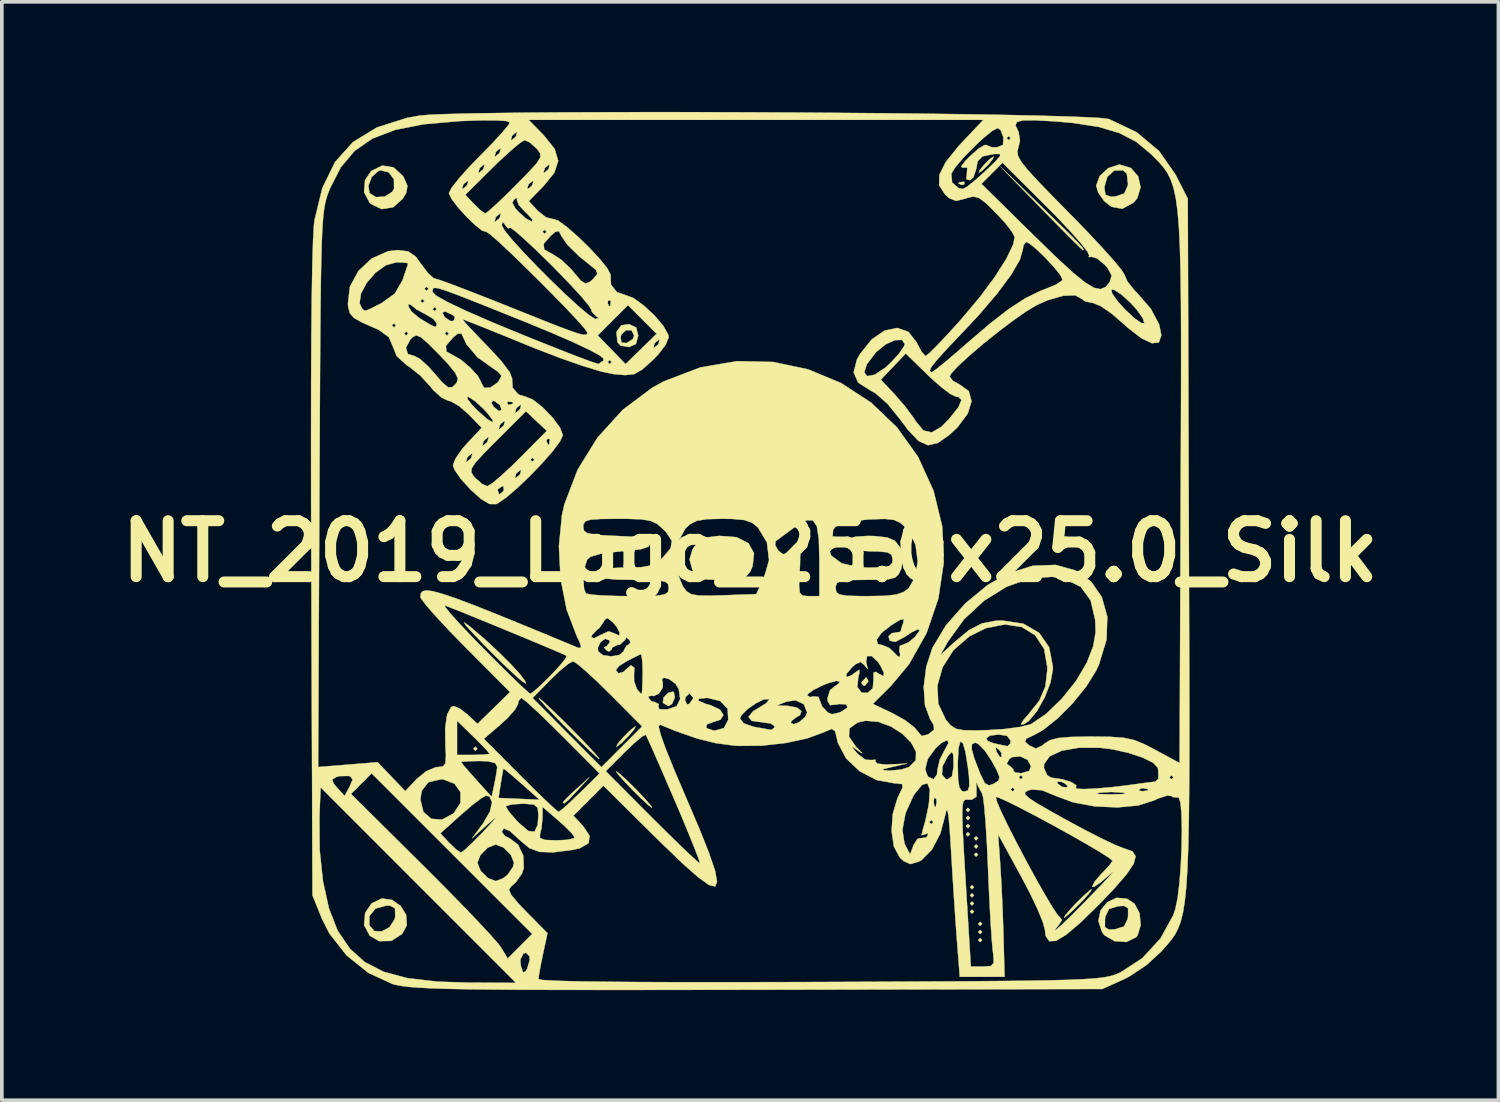
<source format=kicad_pcb>
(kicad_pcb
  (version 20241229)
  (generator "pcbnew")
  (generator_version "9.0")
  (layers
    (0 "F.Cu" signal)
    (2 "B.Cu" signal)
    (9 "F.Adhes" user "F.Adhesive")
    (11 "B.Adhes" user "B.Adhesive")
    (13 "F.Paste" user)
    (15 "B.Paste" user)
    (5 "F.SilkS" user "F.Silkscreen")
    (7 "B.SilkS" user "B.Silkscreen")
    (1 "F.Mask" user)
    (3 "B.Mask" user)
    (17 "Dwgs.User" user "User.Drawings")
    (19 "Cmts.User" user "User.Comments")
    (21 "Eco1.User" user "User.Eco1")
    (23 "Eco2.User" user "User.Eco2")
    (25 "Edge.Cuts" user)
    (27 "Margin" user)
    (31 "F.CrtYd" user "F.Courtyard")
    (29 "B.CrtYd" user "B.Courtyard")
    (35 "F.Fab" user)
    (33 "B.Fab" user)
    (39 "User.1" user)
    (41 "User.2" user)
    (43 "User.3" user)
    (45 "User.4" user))
  (footprint "NT_2019_Logo_25.0x25.0_Silk"
    (layer "F.Cu")
    (at 17.388 11.972)
    (property "Reference" "NT_2019_Logo_25.0x25.0_Silk" (at 0 0 0) (layer "F.SilkS") (effects (font (size 1.524 1.524) (thickness 0.3))))
    (attr through_hole)
    (fp_poly (pts (xy -7.431 5.379) (xy -7.487 5.435) (xy -7.542 5.379) (xy -7.487 5.324) (xy -7.431 5.379)) (stroke (width 0.01) (type solid)) (fill yes) (layer "F.SilkS"))
    (fp_poly (pts (xy 5.99 7.043) (xy 5.934 7.099) (xy 5.879 7.043) (xy 5.934 6.988) (xy 5.99 7.043)) (stroke (width 0.01) (type solid)) (fill yes) (layer "F.SilkS"))
    (fp_poly (pts (xy 5.99 7.265) (xy 5.934 7.321) (xy 5.879 7.265) (xy 5.934 7.21) (xy 5.99 7.265)) (stroke (width 0.01) (type solid)) (fill yes) (layer "F.SilkS"))
    (fp_poly (pts (xy 5.99 7.487) (xy 5.934 7.542) (xy 5.879 7.487) (xy 5.934 7.431) (xy 5.99 7.487)) (stroke (width 0.01) (type solid)) (fill yes) (layer "F.SilkS"))
    (fp_poly (pts (xy 5.99 7.709) (xy 5.934 7.764) (xy 5.879 7.709) (xy 5.934 7.653) (xy 5.99 7.709)) (stroke (width 0.01) (type solid)) (fill yes) (layer "F.SilkS"))
    (fp_poly (pts (xy 6.1 9.151) (xy 6.045 9.206) (xy 5.99 9.151) (xy 6.045 9.095) (xy 6.1 9.151)) (stroke (width 0.01) (type solid)) (fill yes) (layer "F.SilkS"))
    (fp_poly (pts (xy 6.1 9.372) (xy 6.045 9.428) (xy 5.99 9.372) (xy 6.045 9.317) (xy 6.1 9.372)) (stroke (width 0.01) (type solid)) (fill yes) (layer "F.SilkS"))
    (fp_poly (pts (xy 6.1 9.594) (xy 6.045 9.65) (xy 5.99 9.594) (xy 6.045 9.539) (xy 6.1 9.594)) (stroke (width 0.01) (type solid)) (fill yes) (layer "F.SilkS"))
    (fp_poly (pts (xy 6.1 9.816) (xy 6.045 9.872) (xy 5.99 9.816) (xy 6.045 9.761) (xy 6.1 9.816)) (stroke (width 0.01) (type solid)) (fill yes) (layer "F.SilkS"))
    (fp_poly (pts (xy 6.211 7.82) (xy 6.156 7.875) (xy 6.1 7.82) (xy 6.156 7.764) (xy 6.211 7.82)) (stroke (width 0.01) (type solid)) (fill yes) (layer "F.SilkS"))
    (fp_poly (pts (xy 6.211 8.041) (xy 6.156 8.097) (xy 6.1 8.041) (xy 6.156 7.986) (xy 6.211 8.041)) (stroke (width 0.01) (type solid)) (fill yes) (layer "F.SilkS"))
    (fp_poly (pts (xy 6.211 8.263) (xy 6.156 8.319) (xy 6.1 8.263) (xy 6.156 8.208) (xy 6.211 8.263)) (stroke (width 0.01) (type solid)) (fill yes) (layer "F.SilkS"))
    (fp_poly (pts (xy 6.322 10.149) (xy 6.267 10.204) (xy 6.211 10.149) (xy 6.267 10.093) (xy 6.322 10.149)) (stroke (width 0.01) (type solid)) (fill yes) (layer "F.SilkS"))
    (fp_poly (pts (xy 6.322 10.371) (xy 6.267 10.426) (xy 6.211 10.371) (xy 6.267 10.315) (xy 6.322 10.371)) (stroke (width 0.01) (type solid)) (fill yes) (layer "F.SilkS"))
    (fp_poly (pts (xy 6.322 10.593) (xy 6.267 10.648) (xy 6.211 10.593) (xy 6.267 10.537) (xy 6.322 10.593)) (stroke (width 0.01) (type solid)) (fill yes) (layer "F.SilkS"))
    (fp_poly (pts (xy 5.842 -10.056) (xy 5.826 -9.991) (xy 5.768 -9.983) (xy 5.676 -10.023) (xy 5.694 -10.056) (xy 5.825 -10.07) (xy 5.842 -10.056)) (stroke (width 0.01) (type solid)) (fill yes) (layer "F.SilkS"))
    (fp_poly (pts (xy 3.215 3.524) (xy 3.217 3.549) (xy 3.131 3.656) (xy 3.099 3.66) (xy 3.033 3.592) (xy 3.05 3.549) (xy 3.15 3.444) (xy 3.168 3.438) (xy 3.215 3.524)) (stroke (width 0.01) (type solid)) (fill yes) (layer "F.SilkS"))
    (fp_poly (pts (xy 6.611 -10.69) (xy 6.489 -10.537) (xy 6.322 -10.373) (xy 6.232 -10.315) (xy 6.255 -10.385) (xy 6.378 -10.537) (xy 6.544 -10.701) (xy 6.634 -10.759) (xy 6.611 -10.69)) (stroke (width 0.01) (type solid)) (fill yes) (layer "F.SilkS"))
    (fp_poly (pts (xy -4.707 6.516) (xy -4.944 6.768) (xy -5.066 6.87) (xy -5.102 6.843) (xy -5.102 6.842) (xy -5.028 6.754) (xy -4.841 6.573) (xy -4.742 6.482) (xy -4.381 6.156) (xy -4.707 6.516)) (stroke (width 0.01) (type solid)) (fill yes) (layer "F.SilkS"))
    (fp_poly (pts (xy -2.077 3.838) (xy -2.053 3.986) (xy -2.127 4.155) (xy -2.224 4.215) (xy -2.363 4.136) (xy -2.377 4.116) (xy -2.36 3.985) (xy -2.239 3.858) (xy -2.104 3.822) (xy -2.077 3.838)) (stroke (width 0.01) (type solid)) (fill yes) (layer "F.SilkS"))
    (fp_poly (pts (xy -3.551 6.062) (xy -3.344 6.253) (xy -3.106 6.489) (xy -2.862 6.745) (xy -2.706 6.925) (xy -2.671 6.988) (xy -2.772 6.915) (xy -2.978 6.725) (xy -3.217 6.489) (xy -3.46 6.232) (xy -3.616 6.052) (xy -3.651 5.99) (xy -3.551 6.062)) (stroke (width 0.01) (type solid)) (fill yes) (layer "F.SilkS"))
    (fp_poly (pts (xy -3.151 4.839) (xy -3.294 5.01) (xy -3.328 5.047) (xy -3.517 5.233) (xy -3.637 5.323) (xy -3.643 5.324) (xy -3.615 5.254) (xy -3.472 5.083) (xy -3.438 5.047) (xy -3.249 4.86) (xy -3.129 4.771) (xy -3.122 4.769) (xy -3.151 4.839)) (stroke (width 0.01) (type solid)) (fill yes) (layer "F.SilkS"))
    (fp_poly (pts (xy 9.269 9.277) (xy 9.114 9.457) (xy 8.984 9.594) (xy 8.755 9.82) (xy 8.593 9.96) (xy 8.553 9.983) (xy 8.589 9.912) (xy 8.744 9.732) (xy 8.873 9.594) (xy 9.102 9.369) (xy 9.264 9.229) (xy 9.305 9.206) (xy 9.269 9.277)) (stroke (width 0.01) (type solid)) (fill yes) (layer "F.SilkS"))
    (fp_poly (pts (xy 7.958 -9.375) (xy 8.42 -8.924) (xy 8.742 -8.606) (xy 8.946 -8.397) (xy 9.054 -8.276) (xy 9.085 -8.22) (xy 9.065 -8.208) (xy 8.982 -8.283) (xy 8.772 -8.489) (xy 8.465 -8.798) (xy 8.088 -9.182) (xy 7.928 -9.345) (xy 6.821 -10.482) (xy 7.958 -9.375)) (stroke (width 0.01) (type solid)) (fill yes) (layer "F.SilkS"))
    (fp_poly (pts (xy -7.693 2.003) (xy -7.598 2.079) (xy -7.224 2.399) (xy -6.857 2.74) (xy -6.529 3.065) (xy -6.276 3.34) (xy -6.131 3.532) (xy -6.113 3.599) (xy -6.206 3.545) (xy -6.422 3.359) (xy -6.73 3.068) (xy -7.099 2.702) (xy -7.16 2.639) (xy -7.532 2.253) (xy -7.745 2.019) (xy -7.798 1.936) (xy -7.693 2.003)) (stroke (width 0.01) (type solid)) (fill yes) (layer "F.SilkS"))
    (fp_poly (pts (xy -5.666 4.067) (xy -5.45 4.266) (xy -5.147 4.559) (xy -4.88 4.825) (xy -4.548 5.164) (xy -4.291 5.437) (xy -4.137 5.61) (xy -4.109 5.657) (xy -4.206 5.583) (xy -4.422 5.383) (xy -4.724 5.091) (xy -4.991 4.825) (xy -5.323 4.486) (xy -5.581 4.213) (xy -5.734 4.039) (xy -5.762 3.993) (xy -5.666 4.067)) (stroke (width 0.01) (type solid)) (fill yes) (layer "F.SilkS"))
    (fp_poly (pts (xy -0.369 -0.386) (xy -0.047 -0.222) (xy 0.105 0.048) (xy 0.067 0.404) (xy -0.004 0.562) (xy -0.112 0.686) (xy -0.306 0.752) (xy -0.644 0.775) (xy -0.783 0.776) (xy -1.159 0.768) (xy -1.378 0.725) (xy -1.502 0.627) (xy -1.578 0.489) (xy -1.651 0.221) (xy -1.574 -0.037) (xy -1.544 -0.094) (xy -1.4 -0.282) (xy -1.191 -0.38) (xy -0.844 -0.422) (xy -0.369 -0.386)) (stroke (width 0.01) (type solid)) (fill yes) (layer "F.SilkS"))
    (fp_poly (pts (xy -3.102 -6.096) (xy -3.05 -5.879) (xy -3.111 -5.65) (xy -3.3 -5.566) (xy -3.534 -5.606) (xy -3.617 -5.704) (xy -3.629 -5.841) (xy -3.53 -5.841) (xy -3.507 -5.686) (xy -3.365 -5.676) (xy -3.195 -5.784) (xy -3.161 -5.88) (xy -3.23 -6.021) (xy -3.376 -6.029) (xy -3.505 -5.914) (xy -3.53 -5.841) (xy -3.629 -5.841) (xy -3.642 -5.979) (xy -3.509 -6.158) (xy -3.3 -6.191) (xy -3.102 -6.096)) (stroke (width 0.01) (type solid)) (fill yes) (layer "F.SilkS"))
    (fp_poly (pts (xy -9.758 9.496) (xy -9.522 9.661) (xy -9.372 9.906) (xy -9.354 10.186) (xy -9.48 10.423) (xy -9.777 10.613) (xy -10.106 10.621) (xy -10.363 10.474) (xy -10.514 10.188) (xy -10.376 10.188) (xy -10.241 10.344) (xy -10.035 10.353) (xy -9.827 10.241) (xy -9.688 10.031) (xy -9.67 9.947) (xy -9.676 9.729) (xy -9.805 9.655) (xy -9.906 9.65) (xy -10.206 9.731) (xy -10.375 9.937) (xy -10.376 10.188) (xy -10.514 10.188) (xy -10.519 10.179) (xy -10.489 9.849) (xy -10.312 9.591) (xy -10.037 9.458) (xy -9.758 9.496)) (stroke (width 0.01) (type solid)) (fill yes) (layer "F.SilkS"))
    (fp_poly (pts (xy -9.713 -10.461) (xy -9.459 -10.225) (xy -9.438 -10.189) (xy -9.337 -9.958) (xy -9.369 -9.769) (xy -9.465 -9.607) (xy -9.726 -9.374) (xy -10.04 -9.325) (xy -10.34 -9.469) (xy -10.363 -9.491) (xy -10.519 -9.786) (xy -10.504 -9.959) (xy -10.402 -9.959) (xy -10.371 -9.762) (xy -10.194 -9.651) (xy -9.953 -9.668) (xy -9.752 -9.794) (xy -9.701 -9.884) (xy -9.706 -10.139) (xy -9.848 -10.327) (xy -10.065 -10.381) (xy -10.125 -10.365) (xy -10.308 -10.204) (xy -10.402 -9.959) (xy -10.504 -9.959) (xy -10.492 -10.115) (xy -10.324 -10.362) (xy -10.022 -10.511) (xy -9.713 -10.461)) (stroke (width 0.01) (type solid)) (fill yes) (layer "F.SilkS"))
    (fp_poly (pts (xy 10.271 9.466) (xy 10.474 9.602) (xy 10.611 9.862) (xy 10.64 10.187) (xy 10.555 10.465) (xy 10.515 10.515) (xy 10.249 10.643) (xy 9.93 10.62) (xy 9.656 10.462) (xy 9.594 10.386) (xy 9.544 10.239) (xy 9.667 10.239) (xy 9.776 10.306) (xy 9.947 10.296) (xy 10.187 10.22) (xy 10.285 10.021) (xy 10.296 9.947) (xy 10.298 9.726) (xy 10.189 9.659) (xy 10.018 9.669) (xy 9.778 9.745) (xy 9.68 9.944) (xy 9.669 10.018) (xy 9.667 10.239) (xy 9.544 10.239) (xy 9.488 10.072) (xy 9.548 9.783) (xy 9.729 9.559) (xy 9.985 9.439) (xy 10.271 9.466)) (stroke (width 0.01) (type solid)) (fill yes) (layer "F.SilkS"))
    (fp_poly (pts (xy 10.374 -10.446) (xy 10.572 -10.217) (xy 10.638 -9.918) (xy 10.546 -9.619) (xy 10.445 -9.501) (xy 10.143 -9.334) (xy 9.844 -9.388) (xy 9.65 -9.539) (xy 9.484 -9.773) (xy 9.445 -9.906) (xy 9.65 -9.906) (xy 9.684 -9.713) (xy 9.831 -9.661) (xy 9.955 -9.67) (xy 10.192 -9.749) (xy 10.288 -9.959) (xy 10.295 -10.011) (xy 10.263 -10.287) (xy 10.155 -10.384) (xy 9.918 -10.375) (xy 9.73 -10.201) (xy 9.65 -9.918) (xy 9.65 -9.906) (xy 9.445 -9.906) (xy 9.428 -9.965) (xy 9.524 -10.227) (xy 9.76 -10.442) (xy 10.051 -10.537) (xy 10.067 -10.537) (xy 10.374 -10.446)) (stroke (width 0.01) (type solid)) (fill yes) (layer "F.SilkS"))
    (fp_poly (pts (xy -1.406 -11.966) (xy -0.142 -11.962) (xy 1.129 -11.956) (xy 2.389 -11.947) (xy 3.615 -11.937) (xy 4.788 -11.924) (xy 5.886 -11.909) (xy 6.89 -11.892) (xy 7.778 -11.873) (xy 8.53 -11.852) (xy 9.125 -11.83) (xy 9.544 -11.807) (xy 9.764 -11.781) (xy 9.78 -11.777) (xy 10.529 -11.42) (xy 11.142 -10.907) (xy 11.588 -10.268) (xy 11.924 -9.61) (xy 11.954 -0.177) (xy 11.959 1.554) (xy 11.964 3.077) (xy 11.967 4.408) (xy 11.966 5.56) (xy 11.961 6.548) (xy 11.952 7.386) (xy 11.936 8.09) (xy 11.913 8.672) (xy 11.882 9.149) (xy 11.842 9.534) (xy 11.793 9.841) (xy 11.732 10.086) (xy 11.659 10.282) (xy 11.573 10.444) (xy 11.473 10.587) (xy 11.358 10.725) (xy 11.227 10.872) (xy 11.191 10.912) (xy 10.796 11.275) (xy 10.326 11.586) (xy 10.181 11.659) (xy 9.594 11.924) (xy 0.222 11.944) (xy -1.461 11.947) (xy -2.937 11.949) (xy -4.22 11.949) (xy -5.325 11.948) (xy -6.266 11.944) (xy -7.057 11.938) (xy -7.714 11.93) (xy -8.251 11.919) (xy -8.682 11.905) (xy -9.022 11.888) (xy -9.285 11.867) (xy -9.486 11.843) (xy -9.639 11.815) (xy -9.738 11.79) (xy -10.403 11.484) (xy -10.996 11.007) (xy -11.467 10.406) (xy -11.668 10.006) (xy -11.924 9.372) (xy -11.932 7.236) (xy -11.736 7.236) (xy -11.729 8.134) (xy -11.639 8.984) (xy -11.475 9.731) (xy -11.244 10.321) (xy -11.233 10.342) (xy -10.908 10.822) (xy -10.502 11.188) (xy -9.988 11.454) (xy -9.338 11.628) (xy -8.525 11.723) (xy -7.71 11.75) (xy -6.379 11.757) (xy -7.009 11.127) (xy -6.262 11.127) (xy -6.246 11.302) (xy -6.185 11.473) (xy -6.117 11.445) (xy -6.077 11.378) (xy -6.006 11.14) (xy -6.01 11.036) (xy -6.106 10.936) (xy -6.179 10.96) (xy -6.262 11.127) (xy -7.009 11.127) (xy -9.041 9.094) (xy -11.702 6.43) (xy -11.736 7.236) (xy -11.932 7.236) (xy -11.935 6.218) (xy -11.388 6.218) (xy -11.345 6.331) (xy -11.252 6.44) (xy -11.049 6.664) (xy -11.019 6.609) (xy -10.875 6.609) (xy -8.923 8.546) (xy -8.373 9.096) (xy -7.868 9.611) (xy -7.432 10.065) (xy -7.089 10.433) (xy -6.864 10.689) (xy -6.789 10.788) (xy -6.606 11.094) (xy -6.271 10.759) (xy -5.937 10.424) (xy -7.876 8.485) (xy -7.431 8.485) (xy -7.343 8.704) (xy -7.142 8.902) (xy -6.932 8.984) (xy -6.737 8.912) (xy -6.607 8.81) (xy -6.466 8.606) (xy -6.433 8.485) (xy -6.521 8.267) (xy -6.722 8.068) (xy -6.932 7.986) (xy -7.151 8.074) (xy -7.349 8.275) (xy -7.431 8.485) (xy -7.876 8.485) (xy -8.678 7.683) (xy -8.44 7.683) (xy -8.194 7.946) (xy -8.005 8.126) (xy -7.883 8.208) (xy -7.879 8.208) (xy -7.775 8.133) (xy -7.565 7.936) (xy -7.291 7.658) (xy -7.279 7.646) (xy -6.766 7.646) (xy -6.675 7.76) (xy -6.556 7.816) (xy -6.321 7.993) (xy -6.181 8.293) (xy -6.166 8.625) (xy -6.218 8.78) (xy -6.383 9.015) (xy -6.517 9.135) (xy -6.571 9.217) (xy -6.509 9.361) (xy -6.311 9.597) (xy -6.101 9.816) (xy -5.522 10.402) (xy -5.645 10.974) (xy -5.715 11.318) (xy -5.759 11.575) (xy -5.768 11.655) (xy -5.657 11.678) (xy -5.329 11.698) (xy -4.788 11.714) (xy -4.036 11.726) (xy -3.079 11.734) (xy -1.92 11.739) (xy -0.563 11.739) (xy 0.987 11.736) (xy 1.913 11.733) (xy 3.405 11.727) (xy 4.692 11.721) (xy 5.789 11.715) (xy 6.714 11.707) (xy 7.483 11.699) (xy 8.112 11.689) (xy 8.618 11.676) (xy 9.017 11.66) (xy 9.325 11.641) (xy 9.559 11.618) (xy 9.735 11.59) (xy 9.87 11.558) (xy 9.981 11.519) (xy 10.082 11.475) (xy 10.093 11.47) (xy 10.688 11.082) (xy 11.184 10.542) (xy 11.528 9.913) (xy 11.585 9.747) (xy 11.647 9.446) (xy 11.697 9.033) (xy 11.734 8.552) (xy 11.756 8.049) (xy 11.763 7.569) (xy 11.753 7.155) (xy 11.726 6.853) (xy 11.68 6.709) (xy 11.654 6.706) (xy 11.511 6.695) (xy 11.488 6.668) (xy 11.362 6.653) (xy 11.119 6.732) (xy 11.009 6.785) (xy 10.571 6.924) (xy 10.006 6.977) (xy 9.39 6.948) (xy 8.801 6.839) (xy 8.338 6.668) (xy 8.168 6.597) (xy 9.422 6.597) (xy 9.529 6.614) (xy 9.811 6.621) (xy 9.816 6.621) (xy 10.111 6.615) (xy 10.24 6.599) (xy 10.179 6.576) (xy 9.841 6.556) (xy 9.513 6.575) (xy 9.422 6.597) (xy 8.168 6.597) (xy 7.976 6.518) (xy 10.585 6.518) (xy 10.694 6.535) (xy 10.838 6.515) (xy 10.84 6.477) (xy 10.691 6.451) (xy 10.627 6.468) (xy 10.585 6.518) (xy 7.976 6.518) (xy 7.955 6.509) (xy 7.668 6.49) (xy 7.587 6.511) (xy 7.495 6.557) (xy 7.49 6.621) (xy 7.595 6.721) (xy 7.834 6.876) (xy 8.229 7.104) (xy 8.621 7.321) (xy 9.129 7.594) (xy 9.588 7.829) (xy 9.954 8.002) (xy 10.181 8.092) (xy 10.203 8.098) (xy 10.418 8.175) (xy 10.503 8.306) (xy 10.451 8.51) (xy 10.252 8.806) (xy 9.899 9.212) (xy 9.523 9.604) (xy 9.008 10.109) (xy 8.615 10.443) (xy 8.333 10.612) (xy 8.149 10.621) (xy 8.052 10.476) (xy 8.031 10.307) (xy 7.974 10.098) (xy 7.83 9.748) (xy 7.62 9.307) (xy 7.388 8.865) (xy 6.757 7.709) (xy 6.815 8.541) (xy 6.845 9.043) (xy 6.874 9.659) (xy 6.897 10.28) (xy 6.903 10.482) (xy 6.932 11.591) (xy 5.712 11.591) (xy 5.634 10.593) (xy 5.596 10.07) (xy 5.552 9.414) (xy 5.508 8.716) (xy 5.475 8.152) (xy 5.438 7.573) (xy 5.404 7.206) (xy 5.376 7.063) (xy 5.78 7.063) (xy 5.782 7.329) (xy 5.798 7.718) (xy 5.827 8.252) (xy 5.869 8.954) (xy 5.924 9.845) (xy 5.947 10.232) (xy 6.013 11.314) (xy 6.344 11.314) (xy 6.557 11.299) (xy 6.637 11.211) (xy 6.626 10.986) (xy 6.613 10.898) (xy 6.589 10.648) (xy 6.559 10.224) (xy 6.528 9.672) (xy 6.498 9.042) (xy 6.48 8.596) (xy 6.451 7.967) (xy 6.417 7.414) (xy 6.381 6.975) (xy 6.346 6.691) (xy 6.693 6.691) (xy 6.719 6.807) (xy 6.833 7.076) (xy 7.017 7.458) (xy 7.248 7.913) (xy 7.506 8.403) (xy 7.77 8.888) (xy 8.018 9.327) (xy 8.229 9.682) (xy 8.382 9.913) (xy 8.451 9.983) (xy 8.495 10.046) (xy 8.43 10.149) (xy 8.306 10.31) (xy 8.324 10.32) (xy 8.473 10.191) (xy 8.74 9.933) (xy 9.115 9.555) (xy 9.319 9.346) (xy 9.631 9.022) (xy 9.828 8.809) (xy 9.899 8.722) (xy 9.831 8.775) (xy 9.788 8.814) (xy 9.539 9.028) (xy 9.368 9.141) (xy 9.317 9.137) (xy 9.391 8.99) (xy 9.572 8.784) (xy 9.594 8.762) (xy 9.781 8.568) (xy 9.87 8.438) (xy 9.872 8.431) (xy 9.78 8.351) (xy 9.533 8.193) (xy 9.168 7.977) (xy 8.727 7.726) (xy 8.249 7.462) (xy 7.774 7.206) (xy 7.341 6.98) (xy 6.99 6.806) (xy 6.761 6.705) (xy 6.693 6.691) (xy 6.346 6.691) (xy 6.346 6.69) (xy 6.321 6.6) (xy 6.261 6.489) (xy 7.099 6.489) (xy 7.154 6.544) (xy 7.21 6.489) (xy 7.154 6.433) (xy 7.099 6.489) (xy 6.261 6.489) (xy 6.209 6.395) (xy 6.182 6.322) (xy 6.156 6.293) (xy 6.166 6.449) (xy 6.167 6.461) (xy 6.164 6.685) (xy 6.046 6.762) (xy 5.973 6.766) (xy 5.907 6.763) (xy 5.854 6.768) (xy 5.816 6.805) (xy 5.791 6.895) (xy 5.78 7.063) (xy 5.376 7.063) (xy 5.372 7.044) (xy 5.34 7.076) (xy 5.325 7.154) (xy 5.183 7.687) (xy 4.954 8.125) (xy 4.67 8.412) (xy 4.593 8.454) (xy 4.365 8.52) (xy 4.179 8.436) (xy 4.08 8.344) (xy 3.919 8.049) (xy 3.854 7.629) (xy 3.856 7.589) (xy 4.149 7.589) (xy 4.205 7.962) (xy 4.227 8.008) (xy 4.359 8.255) (xy 4.452 8.003) (xy 4.559 7.834) (xy 4.65 7.814) (xy 4.791 7.797) (xy 4.834 7.749) (xy 4.85 7.672) (xy 4.768 7.71) (xy 4.671 7.736) (xy 4.702 7.595) (xy 4.704 7.588) (xy 4.765 7.376) (xy 4.88 7.376) (xy 4.936 7.431) (xy 4.991 7.376) (xy 4.936 7.321) (xy 4.88 7.376) (xy 4.765 7.376) (xy 4.772 7.352) (xy 4.846 7.005) (xy 4.873 6.849) (xy 4.875 6.812) (xy 5 6.812) (xy 5.02 6.956) (xy 5.058 6.958) (xy 5.085 6.809) (xy 5.067 6.745) (xy 5.018 6.703) (xy 5 6.812) (xy 4.875 6.812) (xy 4.897 6.486) (xy 4.83 6.321) (xy 4.687 6.359) (xy 4.483 6.608) (xy 4.445 6.668) (xy 4.233 7.134) (xy 4.149 7.589) (xy 3.856 7.589) (xy 3.885 7.162) (xy 4.014 6.725) (xy 4.045 6.662) (xy 4.154 6.434) (xy 4.141 6.341) (xy 3.99 6.322) (xy 3.948 6.322) (xy 3.449 6.232) (xy 2.984 5.99) (xy 2.614 5.64) (xy 2.395 5.226) (xy 2.374 5.141) (xy 2.352 5.049) (xy 2.693 5.049) (xy 2.887 5.328) (xy 2.917 5.357) (xy 3.055 5.496) (xy 3.029 5.494) (xy 2.945 5.435) (xy 2.792 5.327) (xy 2.793 5.354) (xy 2.922 5.511) (xy 3.14 5.677) (xy 3.301 5.686) (xy 3.417 5.677) (xy 3.41 5.723) (xy 3.466 5.784) (xy 3.691 5.808) (xy 3.808 5.805) (xy 4.27 5.783) (xy 3.882 5.871) (xy 3.642 5.93) (xy 3.608 5.959) (xy 3.767 5.973) (xy 3.806 5.975) (xy 4.12 5.945) (xy 4.129 5.942) (xy 4.768 5.942) (xy 4.843 6.137) (xy 4.999 6.209) (xy 5.09 6.082) (xy 5.09 6.081) (xy 5.227 6.081) (xy 5.33 6.204) (xy 5.379 6.211) (xy 5.498 6.135) (xy 5.541 5.885) (xy 5.542 5.801) (xy 5.657 5.801) (xy 5.666 6.207) (xy 5.701 6.435) (xy 5.772 6.532) (xy 5.836 6.544) (xy 5.934 6.514) (xy 5.973 6.389) (xy 5.962 6.122) (xy 5.937 5.906) (xy 5.866 5.461) (xy 5.842 5.379) (xy 6.034 5.379) (xy 6.107 5.639) (xy 6.27 6.063) (xy 6.277 6.078) (xy 6.394 6.315) (xy 6.51 6.378) (xy 6.644 6.328) (xy 6.731 6.272) (xy 8.365 6.272) (xy 8.375 6.324) (xy 8.494 6.415) (xy 8.621 6.431) (xy 8.652 6.39) (xy 8.565 6.318) (xy 8.479 6.28) (xy 8.365 6.272) (xy 6.731 6.272) (xy 6.766 6.25) (xy 6.793 6.156) (xy 7.321 6.156) (xy 7.376 6.211) (xy 7.431 6.156) (xy 7.376 6.1) (xy 7.321 6.156) (xy 6.793 6.156) (xy 6.794 6.151) (xy 6.724 5.972) (xy 6.624 5.789) (xy 6.992 5.789) (xy 7.072 5.846) (xy 7.172 5.936) (xy 7.165 5.971) (xy 7.223 6.027) (xy 7.387 6.045) (xy 7.606 5.981) (xy 7.636 5.904) (xy 8.006 5.904) (xy 8.097 6.105) (xy 8.208 6.166) (xy 8.501 6.209) (xy 8.747 6.285) (xy 8.886 6.371) (xy 8.875 6.432) (xy 8.898 6.468) (xy 9.099 6.477) (xy 9.437 6.461) (xy 9.868 6.423) (xy 10.353 6.364) (xy 10.426 6.354) (xy 10.752 6.309) (xy 10.987 6.28) (xy 11.036 6.275) (xy 11.125 6.195) (xy 11.124 6.156) (xy 11.424 6.156) (xy 11.48 6.211) (xy 11.535 6.156) (xy 11.48 6.1) (xy 11.424 6.156) (xy 11.124 6.156) (xy 11.117 5.951) (xy 11.108 5.899) (xy 10.984 5.763) (xy 10.697 5.619) (xy 10.302 5.489) (xy 9.857 5.391) (xy 9.539 5.352) (xy 8.959 5.35) (xy 8.49 5.431) (xy 8.164 5.582) (xy 8.01 5.794) (xy 8.006 5.904) (xy 7.636 5.904) (xy 7.653 5.858) (xy 7.562 5.68) (xy 7.355 5.585) (xy 7.134 5.607) (xy 7.06 5.66) (xy 6.992 5.789) (xy 6.624 5.789) (xy 6.582 5.712) (xy 6.394 5.428) (xy 6.303 5.335) (xy 6.686 5.335) (xy 6.71 5.446) (xy 6.718 5.467) (xy 6.805 5.603) (xy 6.855 5.604) (xy 6.843 5.487) (xy 6.78 5.405) (xy 6.686 5.335) (xy 6.303 5.335) (xy 6.217 5.247) (xy 6.139 5.213) (xy 6.046 5.249) (xy 6.034 5.379) (xy 5.842 5.379) (xy 5.793 5.218) (xy 5.727 5.182) (xy 5.678 5.357) (xy 5.657 5.746) (xy 5.657 5.801) (xy 5.542 5.801) (xy 5.542 5.795) (xy 5.533 5.535) (xy 5.495 5.467) (xy 5.402 5.56) (xy 5.376 5.595) (xy 5.242 5.855) (xy 5.227 6.081) (xy 5.09 6.081) (xy 5.102 5.959) (xy 5.166 5.675) (xy 5.28 5.452) (xy 5.403 5.225) (xy 5.375 5.143) (xy 5.222 5.214) (xy 5.053 5.363) (xy 4.839 5.658) (xy 4.768 5.942) (xy 4.129 5.942) (xy 4.333 5.875) (xy 4.513 5.692) (xy 4.52 5.461) (xy 4.387 5.211) (xy 4.271 5.094) (xy 6.433 5.094) (xy 6.473 5.167) (xy 6.627 5.228) (xy 6.942 5.295) (xy 7.016 5.309) (xy 7.089 5.234) (xy 7.099 5.158) (xy 6.999 5.026) (xy 6.766 4.991) (xy 6.532 5.021) (xy 6.433 5.093) (xy 6.433 5.094) (xy 4.271 5.094) (xy 4.149 4.972) (xy 3.839 4.773) (xy 3.492 4.644) (xy 3.142 4.615) (xy 2.93 4.662) (xy 2.707 4.823) (xy 2.693 5.049) (xy 2.352 5.049) (xy 2.316 4.9) (xy 2.226 4.837) (xy 2.037 4.915) (xy 2.011 4.928) (xy 1.557 5.096) (xy 0.965 5.222) (xy 0.315 5.294) (xy -0.31 5.3) (xy -0.426 5.293) (xy -0.933 5.226) (xy -1.442 5.1) (xy -2.025 4.896) (xy -2.458 4.72) (xy -2.493 4.77) (xy -2.44 4.989) (xy -2.298 5.386) (xy -2.062 5.968) (xy -1.765 6.664) (xy -1.393 7.534) (xy -1.123 8.21) (xy -0.957 8.697) (xy -0.9 9.002) (xy -0.955 9.13) (xy -1.126 9.087) (xy -1.418 8.877) (xy -1.835 8.508) (xy -2.379 7.985) (xy -2.56 7.807) (xy -3.997 6.385) (xy -4.406 6.794) (xy -4.814 7.203) (xy -4.556 7.478) (xy -4.374 7.749) (xy -4.402 7.952) (xy -4.642 8.09) (xy -4.843 8.135) (xy -5.366 8.201) (xy -5.738 8.188) (xy -6.017 8.084) (xy -6.263 7.879) (xy -6.267 7.875) (xy -6.34 7.808) (xy -5.728 7.808) (xy -5.601 7.861) (xy -5.299 7.875) (xy -5.28 7.875) (xy -4.981 7.859) (xy -4.802 7.818) (xy -4.779 7.792) (xy -4.862 7.678) (xy -5.064 7.477) (xy -5.222 7.335) (xy -5.657 6.962) (xy -5.657 7.243) (xy -5.683 7.533) (xy -5.724 7.7) (xy -5.728 7.808) (xy -6.34 7.808) (xy -6.543 7.621) (xy -6.712 7.547) (xy -6.766 7.646) (xy -7.279 7.646) (xy -7.261 7.626) (xy -7.017 7.364) (xy -6.926 7.255) (xy -6.985 7.294) (xy -7.144 7.432) (xy -7.578 7.82) (xy -7.271 7.405) (xy -7.09 7.092) (xy -7.059 6.955) (xy -6.655 6.955) (xy -6.584 7.074) (xy -6.405 7.287) (xy -6.301 7.398) (xy -6.042 7.619) (xy -5.875 7.639) (xy -5.788 7.453) (xy -5.769 7.182) (xy -5.789 6.986) (xy -5.891 6.899) (xy -6.139 6.877) (xy -6.211 6.877) (xy -6.489 6.894) (xy -6.644 6.937) (xy -6.655 6.955) (xy -7.059 6.955) (xy -7.032 6.834) (xy -7.084 6.719) (xy -6.855 6.719) (xy -6.296 6.743) (xy -5.738 6.767) (xy -6.224 6.334) (xy -6.485 6.106) (xy -6.666 5.955) (xy -6.723 5.917) (xy -6.745 6.026) (xy -6.786 6.272) (xy -6.795 6.326) (xy -6.855 6.719) (xy -7.084 6.719) (xy -7.102 6.679) (xy -7.194 6.655) (xy -7.322 6.724) (xy -7.562 6.906) (xy -7.86 7.162) (xy -7.868 7.169) (xy -8.44 7.683) (xy -8.678 7.683) (xy -9.595 6.766) (xy -8.984 6.766) (xy -8.901 7.099) (xy -8.686 7.287) (xy -8.396 7.31) (xy -8.085 7.143) (xy -8.078 7.137) (xy -7.891 6.853) (xy -7.891 6.563) (xy -8.054 6.33) (xy -8.357 6.215) (xy -8.43 6.211) (xy -8.768 6.291) (xy -8.951 6.529) (xy -8.984 6.766) (xy -9.595 6.766) (xy -10.313 6.048) (xy -10.594 6.329) (xy -10.875 6.609) (xy -11.019 6.609) (xy -10.912 6.41) (xy -10.831 6.216) (xy -10.889 6.134) (xy -10.94 6.119) (xy -11.189 6.124) (xy -11.28 6.149) (xy -11.388 6.218) (xy -11.935 6.218) (xy -11.937 5.877) (xy -11.77 5.877) (xy -10.149 5.745) (xy -9.772 6.139) (xy -9.395 6.533) (xy -9.09 6.206) (xy -8.825 5.99) (xy -8.565 5.882) (xy -8.524 5.879) (xy -8.371 5.861) (xy -8.3 5.772) (xy -8.298 5.74) (xy -7.875 5.74) (xy -7.807 5.83) (xy -7.632 6.033) (xy -7.459 6.228) (xy -7.043 6.688) (xy -6.973 6.367) (xy -6.917 6.075) (xy -6.89 5.879) (xy -6.941 5.77) (xy -7.145 5.72) (xy -7.376 5.712) (xy -7.674 5.718) (xy -7.852 5.731) (xy -7.875 5.74) (xy -8.298 5.74) (xy -8.289 5.554) (xy -8.289 5.546) (xy -7.986 5.546) (xy -7.542 5.546) (xy -7.264 5.539) (xy -7.11 5.52) (xy -7.099 5.513) (xy -7.171 5.424) (xy -7.358 5.23) (xy -7.481 5.107) (xy -7.255 5.107) (xy -6.264 6.103) (xy -5.886 6.479) (xy -5.566 6.79) (xy -5.334 7.006) (xy -5.223 7.098) (xy -5.219 7.099) (xy -5.119 7.027) (xy -4.908 6.838) (xy -4.634 6.575) (xy -4.102 6.051) (xy -4.164 5.989) (xy -3.934 5.989) (xy -2.666 7.261) (xy -2.238 7.686) (xy -1.868 8.047) (xy -1.582 8.318) (xy -1.407 8.474) (xy -1.366 8.501) (xy -1.397 8.394) (xy -1.502 8.118) (xy -1.669 7.706) (xy -1.882 7.192) (xy -2.067 6.758) (xy -2.313 6.188) (xy -2.529 5.693) (xy -2.7 5.306) (xy -2.811 5.063) (xy -2.846 4.997) (xy -2.941 5.043) (xy -3.145 5.213) (xy -3.413 5.468) (xy -3.934 5.989) (xy -4.164 5.989) (xy -5.127 5.022) (xy -5.514 4.639) (xy -5.848 4.32) (xy -6.097 4.096) (xy -6.228 3.996) (xy -6.23 3.995) (xy -5.927 3.995) (xy -4.052 5.88) (xy -2.943 4.771) (xy -3.723 3.986) (xy -2.773 3.986) (xy -2.683 4.09) (xy -2.6 4.104) (xy -2.488 4.161) (xy -2.501 4.223) (xy -2.472 4.304) (xy -2.258 4.307) (xy -2.003 4.22) (xy -1.922 4.055) (xy -1.775 4.055) (xy -1.721 4.17) (xy -1.664 4.159) (xy -1.598 4.073) (xy -1.407 4.073) (xy -1.207 4.156) (xy -1.081 4.191) (xy -0.823 4.31) (xy -0.728 4.458) (xy -0.808 4.587) (xy -0.971 4.638) (xy -1.182 4.715) (xy -1.195 4.814) (xy -1.015 4.877) (xy -0.945 4.88) (xy -0.715 4.816) (xy -0.596 4.588) (xy -0.596 4.586) (xy -0.598 4.554) (xy -0.277 4.554) (xy -0.175 4.686) (xy 0.094 4.779) (xy 0.111 4.783) (xy 0.393 4.832) (xy 0.571 4.864) (xy 0.582 4.866) (xy 0.663 4.797) (xy 0.666 4.769) (xy 0.569 4.691) (xy 0.339 4.659) (xy 0.044 4.618) (xy -0.044 4.51) (xy 0.079 4.357) (xy 0.229 4.267) (xy 0.334 4.201) (xy 0.721 4.201) (xy 1.019 4.208) (xy 1.272 4.255) (xy 1.397 4.355) (xy 1.358 4.465) (xy 1.283 4.505) (xy 1.131 4.615) (xy 1.109 4.674) (xy 1.189 4.711) (xy 1.331 4.659) (xy 1.507 4.505) (xy 1.553 4.391) (xy 1.462 4.163) (xy 1.237 4.059) (xy 0.985 4.095) (xy 0.721 4.201) (xy 0.334 4.201) (xy 0.441 4.134) (xy 0.52 4.038) (xy 0.515 4.027) (xy 0.381 4.03) (xy 0.162 4.137) (xy -0.069 4.297) (xy -0.237 4.463) (xy -0.277 4.554) (xy -0.598 4.554) (xy -0.614 4.287) (xy -0.813 4.078) (xy -1.158 3.993) (xy -1.186 3.993) (xy -1.402 4.015) (xy -1.407 4.073) (xy -1.598 4.073) (xy -1.557 4.018) (xy -1.553 3.986) (xy -1.607 3.922) (xy 1.554 3.922) (xy 1.635 3.972) (xy 1.719 3.953) (xy 1.862 3.965) (xy 1.886 4.03) (xy 1.959 4.223) (xy 2.119 4.392) (xy 2.231 4.437) (xy 2.395 4.401) (xy 2.487 4.369) (xy 2.65 4.259) (xy 2.623 4.17) (xy 2.434 4.159) (xy 2.385 4.169) (xy 2.179 4.19) (xy 2.111 4.079) (xy 2.107 4.002) (xy 2.176 3.783) (xy 2.274 3.7) (xy 2.42 3.596) (xy 2.44 3.546) (xy 2.35 3.529) (xy 2.124 3.592) (xy 1.998 3.641) (xy 1.727 3.774) (xy 1.57 3.89) (xy 1.554 3.922) (xy -1.607 3.922) (xy -1.637 3.885) (xy -1.664 3.882) (xy -1.761 3.972) (xy -1.775 4.055) (xy -1.922 4.055) (xy -1.906 4.021) (xy -1.946 3.749) (xy -2.036 3.605) (xy -2.21 3.48) (xy -2.356 3.441) (xy -2.406 3.498) (xy -2.382 3.554) (xy -2.38 3.713) (xy -2.486 3.874) (xy -2.629 3.944) (xy -2.675 3.93) (xy -2.767 3.951) (xy -2.773 3.986) (xy -3.723 3.986) (xy -3.826 3.883) (xy -4.189 3.528) (xy -4.502 3.24) (xy -4.509 3.234) (xy -3.66 3.234) (xy -3.589 3.322) (xy -3.449 3.286) (xy -3.383 3.217) (xy -3.246 3.104) (xy -3.153 3.171) (xy -3.163 3.333) (xy -3.162 3.537) (xy -3.086 3.754) (xy -2.974 3.878) (xy -2.952 3.882) (xy -2.942 3.782) (xy -2.932 3.527) (xy -2.93 3.426) (xy 2.621 3.426) (xy 2.752 3.383) (xy 2.842 3.316) (xy 2.972 3.226) (xy 2.979 3.306) (xy 2.948 3.411) (xy 2.92 3.695) (xy 3.036 3.848) (xy 3.199 3.856) (xy 3.341 3.732) (xy 3.361 3.508) (xy 3.363 3.303) (xy 3.431 3.282) (xy 3.5 3.332) (xy 3.631 3.401) (xy 3.647 3.317) (xy 3.55 3.114) (xy 3.486 3.018) (xy 3.313 2.852) (xy 3.186 2.854) (xy 3.159 3.011) (xy 3.176 3.082) (xy 3.205 3.204) (xy 3.136 3.129) (xy 3.123 3.11) (xy 3.015 3.014) (xy 2.879 3.071) (xy 2.779 3.156) (xy 2.625 3.337) (xy 2.621 3.426) (xy -2.93 3.426) (xy -2.928 3.324) (xy -2.935 3.015) (xy -2.962 2.828) (xy -2.985 2.801) (xy -3.122 2.871) (xy -3.355 2.988) (xy -3.57 3.123) (xy -3.66 3.234) (xy -3.66 3.234) (xy -4.509 3.234) (xy -4.728 3.052) (xy -4.827 2.995) (xy -4.961 3.069) (xy -5.193 3.261) (xy -5.436 3.495) (xy -5.927 3.995) (xy -6.23 3.995) (xy -6.237 3.993) (xy -6.314 4.083) (xy -6.322 4.151) (xy -6.401 4.306) (xy -6.604 4.537) (xy -6.789 4.708) (xy -7.255 5.107) (xy -7.481 5.107) (xy -7.542 5.047) (xy -7.986 4.613) (xy -7.986 5.546) (xy -8.289 5.546) (xy -8.302 5.32) (xy -8.309 4.815) (xy -8.255 4.445) (xy -8.148 4.243) (xy -8.074 4.215) (xy -7.909 4.285) (xy -7.69 4.454) (xy -7.686 4.458) (xy -7.428 4.7) (xy -6.984 4.267) (xy -6.541 3.834) (xy -7.762 2.608) (xy -8.182 2.179) (xy -8.54 1.796) (xy -8.808 1.491) (xy -8.823 1.473) (xy -8.319 1.473) (xy -8.303 1.525) (xy -8.152 1.71) (xy -7.888 2.001) (xy -7.533 2.375) (xy -7.267 2.647) (xy -6.846 3.07) (xy -6.481 3.43) (xy -6.198 3.701) (xy -6.025 3.856) (xy -5.987 3.882) (xy -5.883 3.809) (xy -5.674 3.619) (xy -5.437 3.385) (xy -5.192 3.122) (xy -5.034 2.927) (xy -4.998 2.846) (xy -5.108 2.795) (xy -5.381 2.677) (xy -5.488 2.632) (xy -4.151 2.632) (xy -4.141 2.726) (xy -4.008 2.83) (xy -3.784 2.861) (xy -3.563 2.823) (xy -3.442 2.72) (xy -3.438 2.694) (xy -3.366 2.562) (xy -3.321 2.551) (xy -3.261 2.48) (xy -3.286 2.418) (xy -3.297 2.408) (xy 3.448 2.408) (xy 3.478 2.526) (xy 3.591 2.551) (xy 3.786 2.629) (xy 3.882 2.717) (xy 4.021 2.856) (xy 4.074 2.884) (xy 4.088 2.8) (xy 4.064 2.717) (xy 4.077 2.574) (xy 4.146 2.551) (xy 4.324 2.475) (xy 4.492 2.329) (xy 4.618 2.159) (xy 4.581 2.118) (xy 4.396 2.208) (xy 4.219 2.326) (xy 3.952 2.468) (xy 3.801 2.433) (xy 3.771 2.311) (xy 3.861 2.229) (xy 3.938 2.218) (xy 4.086 2.193) (xy 4.104 2.172) (xy 4.139 2.042) (xy 4.176 1.938) (xy 4.187 1.843) (xy 4.083 1.868) (xy 3.844 2.012) (xy 3.576 2.225) (xy 3.448 2.408) (xy -3.297 2.408) (xy -3.369 2.342) (xy -3.413 2.418) (xy -3.547 2.54) (xy -3.614 2.551) (xy -3.756 2.618) (xy -3.771 2.669) (xy -3.842 2.729) (xy -3.904 2.704) (xy -3.98 2.62) (xy -3.904 2.577) (xy -3.821 2.472) (xy -3.836 2.425) (xy -3.95 2.381) (xy -4.078 2.473) (xy -4.151 2.632) (xy -5.488 2.632) (xy -5.775 2.511) (xy -6.248 2.314) (xy -6.757 2.104) (xy -7.26 1.897) (xy -7.715 1.712) (xy -8.079 1.566) (xy -8.31 1.476) (xy -8.319 1.473) (xy -8.823 1.473) (xy -8.96 1.294) (xy -8.984 1.243) (xy -8.972 1.149) (xy -8.925 1.088) (xy -8.824 1.065) (xy -8.651 1.085) (xy -8.389 1.156) (xy -8.019 1.281) (xy -7.523 1.468) (xy -6.885 1.722) (xy -6.084 2.048) (xy -5.105 2.453) (xy -4.675 2.632) (xy -4.602 2.621) (xy -4.649 2.463) (xy -4.709 2.341) (xy -4.326 2.341) (xy -4.251 2.369) (xy -4.084 2.283) (xy -3.855 2.178) (xy -3.696 2.235) (xy -3.572 2.297) (xy -3.552 2.222) (xy -3.629 2.066) (xy -3.738 1.934) (xy -3.89 1.815) (xy -3.965 1.867) (xy -3.977 1.898) (xy -4.111 2.092) (xy -4.176 2.141) (xy -4.31 2.282) (xy -4.326 2.341) (xy -4.709 2.341) (xy -4.72 2.318) (xy -4.999 1.589) (xy -5.165 0.744) (xy -5.21 -0.14) (xy -5.158 -0.67) (xy -4.548 -0.67) (xy -4.527 -0.562) (xy -4.434 -0.494) (xy -4.227 -0.454) (xy -3.861 -0.429) (xy -3.633 -0.42) (xy -3.165 -0.396) (xy -2.883 -0.356) (xy -2.746 -0.294) (xy -2.717 -0.222) (xy -2.772 -0.128) (xy -2.96 -0.062) (xy -3.318 -0.016) (xy -3.526 0) (xy -4.039 0.057) (xy -4.345 0.145) (xy -4.439 0.222) (xy -4.514 0.446) (xy -4.544 0.747) (xy -4.525 1.02) (xy -4.474 1.146) (xy -4.338 1.178) (xy -4.032 1.202) (xy -3.607 1.217) (xy -3.309 1.22) (xy -2.809 1.217) (xy -2.491 1.202) (xy -2.313 1.167) (xy -2.236 1.104) (xy -2.218 1.004) (xy -2.218 0.998) (xy -2.236 0.89) (xy -2.317 0.825) (xy -2.506 0.79) (xy -2.846 0.778) (xy -3.161 0.776) (xy -3.632 0.769) (xy -3.921 0.743) (xy -4.065 0.692) (xy -4.104 0.61) (xy -4.056 0.517) (xy -3.885 0.465) (xy -3.549 0.445) (xy -3.378 0.444) (xy -2.959 0.431) (xy -2.689 0.382) (xy -2.494 0.274) (xy -2.38 0.171) (xy -2.361 0.149) (xy -2.018 0.149) (xy -1.976 0.601) (xy -1.834 0.953) (xy -1.731 1.089) (xy -1.605 1.168) (xy -1.404 1.203) (xy -1.071 1.207) (xy -0.743 1.197) (xy 0.166 1.165) (xy 0.372 0.744) (xy 0.515 0.238) (xy 0.467 -0.164) (xy 0.682 -0.164) (xy 0.773 -0.014) (xy 0.894 0.075) (xy 0.929 0.072) (xy 1.183 -0.027) (xy 1.317 -0.034) (xy 1.364 0.09) (xy 1.359 0.383) (xy 1.349 0.553) (xy 1.333 0.922) (xy 1.351 1.121) (xy 1.422 1.203) (xy 1.567 1.22) (xy 1.598 1.22) (xy 1.886 1.22) (xy 1.886 0.218) (xy 1.875 -0.201) (xy 2.107 -0.201) (xy 2.206 0.112) (xy 2.494 0.326) (xy 2.959 0.432) (xy 3.217 0.444) (xy 3.588 0.436) (xy 3.789 0.4) (xy 3.87 0.32) (xy 3.882 0.222) (xy 3.855 0.093) (xy 3.74 0.026) (xy 3.483 0.002) (xy 3.279 0) (xy 2.881 -0.029) (xy 2.635 -0.108) (xy 2.566 -0.223) (xy 2.676 -0.346) (xy 2.871 -0.399) (xy 3.194 -0.421) (xy 3.379 -0.417) (xy 3.734 -0.379) (xy 3.943 -0.29) (xy 4.079 -0.117) (xy 4.083 -0.111) (xy 4.177 0.187) (xy 4.117 0.471) (xy 4.045 0.627) (xy 3.943 0.718) (xy 3.759 0.762) (xy 3.437 0.775) (xy 3.164 0.776) (xy 2.738 0.782) (xy 2.487 0.805) (xy 2.367 0.86) (xy 2.331 0.957) (xy 2.329 0.998) (xy 2.348 1.109) (xy 2.433 1.175) (xy 2.63 1.208) (xy 2.983 1.219) (xy 3.217 1.22) (xy 3.688 1.211) (xy 3.994 1.175) (xy 4.194 1.102) (xy 4.326 0.998) (xy 4.506 0.679) (xy 4.565 0.259) (xy 4.506 -0.177) (xy 4.333 -0.546) (xy 4.263 -0.627) (xy 4.094 -0.777) (xy 3.919 -0.857) (xy 3.669 -0.884) (xy 3.278 -0.872) (xy 3.197 -0.867) (xy 2.67 -0.805) (xy 2.331 -0.677) (xy 2.153 -0.467) (xy 2.107 -0.201) (xy 1.875 -0.201) (xy 1.871 -0.333) (xy 1.818 -0.682) (xy 1.71 -0.846) (xy 1.529 -0.844) (xy 1.26 -0.693) (xy 1.136 -0.603) (xy 0.884 -0.417) (xy 0.721 -0.296) (xy 0.691 -0.274) (xy 0.682 -0.164) (xy 0.467 -0.164) (xy 0.457 -0.245) (xy 0.216 -0.646) (xy 0.054 -0.78) (xy -0.16 -0.854) (xy -0.492 -0.884) (xy -0.761 -0.887) (xy -1.184 -0.877) (xy -1.455 -0.832) (xy -1.641 -0.736) (xy -1.765 -0.621) (xy -1.946 -0.288) (xy -2.018 0.149) (xy -2.361 0.149) (xy -2.166 -0.084) (xy -2.134 -0.288) (xy -2.286 -0.518) (xy -2.38 -0.615) (xy -2.535 -0.749) (xy -2.709 -0.83) (xy -2.96 -0.872) (xy -3.346 -0.886) (xy -3.6 -0.887) (xy -4.06 -0.883) (xy -4.342 -0.864) (xy -4.488 -0.819) (xy -4.542 -0.74) (xy -4.548 -0.67) (xy -5.158 -0.67) (xy -5.128 -0.984) (xy -5.062 -1.276) (xy -4.701 -2.223) (xy -4.161 -3.096) (xy -3.473 -3.854) (xy -2.671 -4.456) (xy -2.354 -4.63) (xy -1.363 -5.009) (xy -0.36 -5.182) (xy 0.63 -5.16) (xy 1.585 -4.957) (xy 2.481 -4.584) (xy 3.294 -4.054) (xy 4.001 -3.379) (xy 4.577 -2.573) (xy 4.999 -1.646) (xy 5.234 -0.678) (xy 5.276 0.302) (xy 5.128 1.288) (xy 4.805 2.232) (xy 4.324 3.083) (xy 3.842 3.659) (xy 3.344 4.156) (xy 3.891 4.416) (xy 4.221 4.601) (xy 4.471 4.792) (xy 4.552 4.888) (xy 4.675 5.032) (xy 4.843 4.988) (xy 4.873 4.97) (xy 5.009 4.861) (xy 5.002 4.735) (xy 4.901 4.566) (xy 4.763 4.189) (xy 4.73 3.692) (xy 4.734 3.658) (xy 5.102 3.658) (xy 5.126 4.151) (xy 5.331 4.586) (xy 5.339 4.597) (xy 5.469 4.746) (xy 5.608 4.834) (xy 5.814 4.873) (xy 6.143 4.879) (xy 6.476 4.87) (xy 6.939 4.84) (xy 7.348 4.785) (xy 7.627 4.717) (xy 7.659 4.704) (xy 8.065 4.428) (xy 8.493 4.014) (xy 8.881 3.529) (xy 9.169 3.04) (xy 9.175 3.029) (xy 9.349 2.58) (xy 9.413 2.194) (xy 9.401 1.865) (xy 9.276 1.334) (xy 9.009 0.969) (xy 8.585 0.756) (xy 8.229 0.693) (xy 7.621 0.737) (xy 6.988 0.964) (xy 6.375 1.344) (xy 5.829 1.849) (xy 5.394 2.451) (xy 5.391 2.456) (xy 5.181 2.828) (xy 5.557 2.481) (xy 5.96 2.149) (xy 6.312 1.964) (xy 6.693 1.891) (xy 6.875 1.886) (xy 7.446 1.972) (xy 7.875 2.22) (xy 8.148 2.616) (xy 8.248 3.143) (xy 8.248 3.223) (xy 8.182 3.578) (xy 8.026 3.978) (xy 7.817 4.349) (xy 7.594 4.62) (xy 7.462 4.708) (xy 7.375 4.713) (xy 7.449 4.592) (xy 7.557 4.471) (xy 7.877 4.071) (xy 8.044 3.685) (xy 8.097 3.219) (xy 8.097 3.16) (xy 8.009 2.657) (xy 7.765 2.286) (xy 7.399 2.06) (xy 6.942 1.991) (xy 6.425 2.092) (xy 5.976 2.314) (xy 5.54 2.691) (xy 5.245 3.155) (xy 5.102 3.658) (xy 4.734 3.658) (xy 4.798 3.147) (xy 4.964 2.634) (xy 5.337 2.014) (xy 5.861 1.42) (xy 6.472 0.916) (xy 7.005 0.611) (xy 7.698 0.393) (xy 8.322 0.369) (xy 8.857 0.517) (xy 9.284 0.817) (xy 9.582 1.246) (xy 9.731 1.781) (xy 9.711 2.402) (xy 9.503 3.087) (xy 9.425 3.254) (xy 9.157 3.684) (xy 8.791 4.135) (xy 8.382 4.547) (xy 7.987 4.864) (xy 7.746 4.999) (xy 7.526 5.102) (xy 7.489 5.183) (xy 7.604 5.287) (xy 7.783 5.372) (xy 7.953 5.296) (xy 8.018 5.24) (xy 8.167 5.145) (xy 8.391 5.087) (xy 8.738 5.056) (xy 9.256 5.047) (xy 9.301 5.047) (xy 9.816 5.053) (xy 10.181 5.08) (xy 10.467 5.143) (xy 10.747 5.257) (xy 11.036 5.407) (xy 11.702 5.767) (xy 11.731 -1.692) (xy 11.737 -3.243) (xy 11.741 -4.589) (xy 11.742 -5.746) (xy 11.738 -6.729) (xy 11.728 -7.556) (xy 11.71 -8.242) (xy 11.684 -8.803) (xy 11.647 -9.257) (xy 11.598 -9.619) (xy 11.535 -9.905) (xy 11.458 -10.132) (xy 11.365 -10.316) (xy 11.254 -10.474) (xy 11.123 -10.621) (xy 10.972 -10.773) (xy 10.92 -10.826) (xy 10.525 -11.155) (xy 10.066 -11.396) (xy 9.5 -11.564) (xy 8.782 -11.674) (xy 8.291 -11.716) (xy 7.767 -11.745) (xy 7.436 -11.742) (xy 7.267 -11.697) (xy 7.232 -11.603) (xy 7.302 -11.451) (xy 7.312 -11.434) (xy 7.353 -11.197) (xy 7.306 -10.999) (xy 7.28 -10.892) (xy 7.298 -10.776) (xy 7.379 -10.625) (xy 7.543 -10.416) (xy 7.807 -10.124) (xy 8.192 -9.725) (xy 8.703 -9.206) (xy 9.17 -8.726) (xy 9.578 -8.292) (xy 9.903 -7.929) (xy 10.12 -7.666) (xy 10.204 -7.53) (xy 10.204 -7.526) (xy 10.28 -7.352) (xy 10.468 -7.116) (xy 10.547 -7.036) (xy 10.917 -6.609) (xy 11.144 -6.183) (xy 11.203 -5.884) (xy 11.136 -5.693) (xy 10.948 -5.67) (xy 10.655 -5.809) (xy 10.274 -6.106) (xy 10.159 -6.211) (xy 9.839 -6.486) (xy 9.548 -6.684) (xy 9.349 -6.766) (xy 9.341 -6.766) (xy 9.121 -6.813) (xy 9.04 -6.877) (xy 8.856 -6.977) (xy 8.533 -6.964) (xy 8.117 -6.846) (xy 7.814 -6.713) (xy 7.532 -6.545) (xy 7.169 -6.291) (xy 6.761 -5.983) (xy 6.35 -5.653) (xy 5.973 -5.332) (xy 5.67 -5.053) (xy 5.48 -4.848) (xy 5.435 -4.764) (xy 5.526 -4.645) (xy 5.697 -4.553) (xy 5.957 -4.366) (xy 6.032 -4.09) (xy 5.928 -3.752) (xy 5.65 -3.38) (xy 5.43 -3.174) (xy 5.114 -2.953) (xy 4.847 -2.892) (xy 4.591 -3.005) (xy 4.306 -3.302) (xy 4.115 -3.56) (xy 3.751 -4.012) (xy 3.411 -4.311) (xy 3.269 -4.39) (xy 2.94 -4.6) (xy 2.907 -4.677) (xy 3.561 -4.677) (xy 3.939 -4.276) (xy 4.212 -3.961) (xy 4.449 -3.645) (xy 4.512 -3.546) (xy 4.72 -3.293) (xy 4.945 -3.241) (xy 5.211 -3.393) (xy 5.423 -3.609) (xy 5.676 -3.929) (xy 5.758 -4.125) (xy 5.672 -4.209) (xy 5.606 -4.215) (xy 5.453 -4.288) (xy 5.198 -4.482) (xy 4.891 -4.756) (xy 4.843 -4.803) (xy 4.722 -4.921) (xy 4.889 -4.921) (xy 4.928 -4.881) (xy 4.947 -4.88) (xy 5.053 -4.949) (xy 5.286 -5.136) (xy 5.61 -5.41) (xy 5.898 -5.661) (xy 6.533 -6.204) (xy 7.054 -6.607) (xy 7.497 -6.895) (xy 7.896 -7.092) (xy 8.014 -7.137) (xy 9.843 -7.137) (xy 9.86 -7.032) (xy 10.005 -6.823) (xy 10.221 -6.583) (xy 10.475 -6.348) (xy 10.664 -6.218) (xy 10.743 -6.218) (xy 10.694 -6.361) (xy 10.526 -6.594) (xy 10.365 -6.771) (xy 10.116 -6.998) (xy 9.919 -7.126) (xy 9.843 -7.137) (xy 8.014 -7.137) (xy 8.06 -7.154) (xy 8.334 -7.269) (xy 8.497 -7.377) (xy 8.512 -7.4) (xy 8.456 -7.522) (xy 8.286 -7.736) (xy 8.054 -7.988) (xy 7.812 -8.223) (xy 7.612 -8.386) (xy 7.52 -8.43) (xy 7.446 -8.338) (xy 7.431 -8.23) (xy 7.349 -7.944) (xy 7.112 -7.537) (xy 6.736 -7.03) (xy 6.237 -6.445) (xy 5.823 -6.002) (xy 5.393 -5.551) (xy 5.105 -5.234) (xy 4.942 -5.031) (xy 4.889 -4.921) (xy 4.722 -4.921) (xy 4.24 -5.391) (xy 3.901 -5.034) (xy 3.561 -4.677) (xy 2.907 -4.677) (xy 2.821 -4.875) (xy 2.821 -4.875) (xy 3.11 -4.875) (xy 3.19 -4.774) (xy 3.392 -4.812) (xy 3.689 -5.009) (xy 3.838 -5.147) (xy 4.06 -5.392) (xy 4.195 -5.588) (xy 4.215 -5.646) (xy 4.138 -5.761) (xy 3.945 -5.754) (xy 3.693 -5.641) (xy 3.441 -5.437) (xy 3.427 -5.423) (xy 3.18 -5.098) (xy 3.11 -4.875) (xy 2.821 -4.875) (xy 2.909 -5.226) (xy 2.989 -5.37) (xy 3.312 -5.773) (xy 3.663 -6.014) (xy 4.008 -6.087) (xy 4.31 -5.984) (xy 4.534 -5.698) (xy 4.54 -5.684) (xy 4.666 -5.446) (xy 4.771 -5.327) (xy 4.783 -5.324) (xy 4.885 -5.403) (xy 5.101 -5.617) (xy 5.4 -5.934) (xy 5.751 -6.323) (xy 5.773 -6.348) (xy 6.262 -6.933) (xy 6.671 -7.483) (xy 6.978 -7.966) (xy 7.163 -8.35) (xy 7.21 -8.561) (xy 7.136 -8.706) (xy 6.946 -8.95) (xy 6.7 -9.217) (xy 6.418 -9.493) (xy 6.228 -9.634) (xy 6.072 -9.668) (xy 5.893 -9.621) (xy 5.868 -9.612) (xy 5.611 -9.548) (xy 5.42 -9.625) (xy 5.309 -9.726) (xy 5.151 -9.972) (xy 5.154 -10.256) (xy 5.171 -10.29) (xy 5.482 -10.29) (xy 5.502 -10.05) (xy 5.683 -9.895) (xy 5.802 -9.873) (xy 5.923 -9.943) (xy 6.008 -10.012) (xy 6.302 -10.012) (xy 7.782 -8.556) (xy 8.352 -8.002) (xy 8.792 -7.597) (xy 9.124 -7.328) (xy 9.369 -7.181) (xy 9.55 -7.144) (xy 9.687 -7.203) (xy 9.801 -7.343) (xy 9.849 -7.516) (xy 9.745 -7.712) (xy 9.658 -7.811) (xy 9.454 -7.98) (xy 9.298 -8.027) (xy 9.284 -8.021) (xy 9.221 -8.02) (xy 9.239 -8.06) (xy 9.187 -8.171) (xy 9.002 -8.407) (xy 8.707 -8.739) (xy 8.33 -9.137) (xy 8.091 -9.378) (xy 6.877 -10.588) (xy 6.302 -10.012) (xy 6.008 -10.012) (xy 6.151 -10.128) (xy 6.412 -10.364) (xy 6.686 -10.627) (xy 6.811 -10.771) (xy 6.803 -10.828) (xy 6.677 -10.828) (xy 6.624 -10.822) (xy 6.333 -10.762) (xy 6.198 -10.628) (xy 6.156 -10.405) (xy 6.083 -10.19) (xy 5.992 -10.113) (xy 5.891 -10.14) (xy 5.905 -10.292) (xy 5.916 -10.456) (xy 5.797 -10.458) (xy 5.783 -10.453) (xy 5.748 -10.481) (xy 5.853 -10.625) (xy 5.99 -10.767) (xy 6.223 -10.971) (xy 6.391 -11.072) (xy 6.437 -11.069) (xy 6.583 -11.012) (xy 6.722 -11.008) (xy 6.888 -11.073) (xy 6.901 -11.258) (xy 6.988 -11.258) (xy 7.043 -11.203) (xy 7.099 -11.258) (xy 7.043 -11.314) (xy 6.988 -11.258) (xy 6.901 -11.258) (xy 6.902 -11.269) (xy 6.9 -11.28) (xy 6.824 -11.478) (xy 6.748 -11.535) (xy 6.6 -11.459) (xy 6.359 -11.264) (xy 6.076 -10.998) (xy 5.801 -10.714) (xy 5.586 -10.46) (xy 5.482 -10.29) (xy 5.171 -10.29) (xy 5.326 -10.602) (xy 5.675 -11.036) (xy 5.789 -11.159) (xy 6.354 -11.757) (xy -6.035 -11.757) (xy -5.624 -11.337) (xy -5.326 -10.966) (xy -5.229 -10.64) (xy -5.335 -10.314) (xy -5.622 -9.961) (xy -6.031 -9.542) (xy -5.777 -9.271) (xy -5.563 -9.102) (xy -5.383 -9.055) (xy -5.372 -9.058) (xy -5.23 -9.01) (xy -4.989 -8.835) (xy -4.692 -8.575) (xy -4.381 -8.273) (xy -4.1 -7.971) (xy -3.893 -7.713) (xy -3.802 -7.54) (xy -3.803 -7.512) (xy -3.791 -7.265) (xy -3.629 -7.061) (xy -3.411 -6.988) (xy -3.188 -6.907) (xy -2.9 -6.701) (xy -2.605 -6.426) (xy -2.362 -6.139) (xy -2.228 -5.896) (xy -2.218 -5.834) (xy -2.296 -5.64) (xy -2.494 -5.375) (xy -2.674 -5.19) (xy -2.948 -4.947) (xy -3.16 -4.829) (xy -3.402 -4.802) (xy -3.715 -4.828) (xy -4.051 -4.898) (xy -4.547 -5.048) (xy -5.16 -5.262) (xy -5.85 -5.527) (xy -6.046 -5.607) (xy -6.622 -5.842) (xy -7.123 -6.045) (xy -7.515 -6.201) (xy -7.762 -6.298) (xy -7.834 -6.322) (xy -7.78 -6.249) (xy -7.602 -6.054) (xy -7.331 -5.77) (xy -7.15 -5.584) (xy -6.778 -5.183) (xy -6.551 -4.881) (xy -6.482 -4.698) (xy -6.485 -4.683) (xy -6.471 -4.458) (xy -6.31 -4.273) (xy -6.119 -4.215) (xy -5.915 -4.132) (xy -5.651 -3.923) (xy -5.388 -3.652) (xy -5.185 -3.379) (xy -5.102 -3.166) (xy -5.102 -3.164) (xy -5.18 -2.995) (xy -5.384 -2.723) (xy -5.676 -2.391) (xy -6.013 -2.041) (xy -6.355 -1.715) (xy -6.661 -1.454) (xy -6.89 -1.301) (xy -6.924 -1.287) (xy -7.104 -1.29) (xy -7.338 -1.431) (xy -7.596 -1.664) (xy -6.877 -1.664) (xy -6.839 -1.556) (xy -6.828 -1.553) (xy -6.733 -1.631) (xy -6.71 -1.664) (xy -6.719 -1.766) (xy -6.759 -1.775) (xy -6.872 -1.694) (xy -6.877 -1.664) (xy -7.596 -1.664) (xy -7.617 -1.683) (xy -7.874 -1.965) (xy -8.006 -2.153) (xy -7.597 -2.153) (xy -7.536 -2.052) (xy -7.491 -2.002) (xy -7.298 -1.833) (xy -7.162 -1.775) (xy -7.034 -1.849) (xy -6.848 -2.004) (xy -6.406 -2.004) (xy -6.391 -1.997) (xy -6.29 -2.075) (xy -6.267 -2.107) (xy -6.239 -2.211) (xy -6.254 -2.218) (xy -6.355 -2.14) (xy -6.378 -2.107) (xy -6.406 -2.004) (xy -6.848 -2.004) (xy -6.794 -2.049) (xy -6.481 -2.339) (xy -6.323 -2.496) (xy -5.99 -2.496) (xy -5.934 -2.44) (xy -5.879 -2.496) (xy -5.934 -2.551) (xy -5.99 -2.496) (xy -6.323 -2.496) (xy -6.289 -2.529) (xy -5.827 -2.995) (xy -5.546 -2.995) (xy -5.505 -2.903) (xy -5.472 -2.921) (xy -5.459 -3.052) (xy -5.472 -3.069) (xy -5.538 -3.053) (xy -5.546 -2.995) (xy -5.827 -2.995) (xy -5.54 -3.283) (xy -6.108 -3.817) (xy -6.902 -3.023) (xy -7.26 -2.662) (xy -7.48 -2.422) (xy -7.586 -2.264) (xy -7.597 -2.153) (xy -8.006 -2.153) (xy -8.048 -2.213) (xy -8.097 -2.344) (xy -8.057 -2.447) (xy -7.737 -2.447) (xy -7.722 -2.44) (xy -7.621 -2.518) (xy -7.598 -2.551) (xy -7.57 -2.655) (xy -7.585 -2.662) (xy -7.686 -2.584) (xy -7.709 -2.551) (xy -7.737 -2.447) (xy -8.057 -2.447) (xy -8.025 -2.531) (xy -7.841 -2.795) (xy -7.757 -2.891) (xy -7.293 -2.891) (xy -7.278 -2.884) (xy -7.177 -2.962) (xy -7.154 -2.995) (xy -7.126 -3.098) (xy -7.141 -3.106) (xy -7.242 -3.028) (xy -7.265 -2.995) (xy -7.293 -2.891) (xy -7.757 -2.891) (xy -7.705 -2.95) (xy -7.343 -3.335) (xy -6.85 -3.335) (xy -6.834 -3.328) (xy -6.733 -3.406) (xy -6.71 -3.438) (xy -6.682 -3.542) (xy -6.697 -3.549) (xy -6.799 -3.471) (xy -6.821 -3.438) (xy -6.85 -3.335) (xy -7.343 -3.335) (xy -7.314 -3.366) (xy -7.672 -3.735) (xy -7.928 -3.958) (xy -8.155 -4.089) (xy -8.224 -4.104) (xy -8.406 -4.187) (xy -8.436 -4.214) (xy -7.702 -4.214) (xy -7.699 -4.147) (xy -7.564 -3.975) (xy -7.431 -3.839) (xy -7.165 -3.605) (xy -7.019 -3.517) (xy -7.01 -3.571) (xy -7.156 -3.764) (xy -7.169 -3.778) (xy -6.406 -3.778) (xy -6.391 -3.771) (xy -6.29 -3.849) (xy -6.267 -3.882) (xy -6.239 -3.986) (xy -6.254 -3.993) (xy -6.355 -3.915) (xy -6.378 -3.882) (xy -6.406 -3.778) (xy -7.169 -3.778) (xy -7.266 -3.883) (xy -7.437 -4.041) (xy -7.053 -4.041) (xy -6.986 -3.935) (xy -6.841 -3.821) (xy -6.772 -3.856) (xy -6.817 -3.986) (xy -6.926 -4.067) (xy -6.618 -4.067) (xy -6.603 -4.001) (xy -6.544 -3.993) (xy -6.453 -4.034) (xy -6.47 -4.067) (xy -6.602 -4.08) (xy -6.618 -4.067) (xy -6.926 -4.067) (xy -6.968 -4.098) (xy -7.008 -4.104) (xy -7.053 -4.041) (xy -7.437 -4.041) (xy -7.492 -4.091) (xy -7.668 -4.206) (xy -7.702 -4.214) (xy -8.436 -4.214) (xy -8.634 -4.395) (xy -8.719 -4.499) (xy -8.985 -4.788) (xy -9.271 -5.018) (xy -9.339 -5.058) (xy -9.631 -5.322) (xy -9.718 -5.544) (xy -9.38 -5.544) (xy -9.324 -5.377) (xy -9.15 -5.324) (xy -8.996 -5.244) (xy -8.772 -5.04) (xy -8.63 -4.882) (xy -8.385 -4.599) (xy -8.23 -4.47) (xy -8.116 -4.473) (xy -7.999 -4.587) (xy -7.997 -4.59) (xy -7.962 -4.703) (xy -8.035 -4.866) (xy -8.24 -5.116) (xy -8.471 -5.36) (xy -8.709 -5.599) (xy -8.289 -5.599) (xy -8.277 -5.446) (xy -8.125 -5.36) (xy -7.888 -5.226) (xy -7.631 -5.011) (xy -7.42 -4.78) (xy -7.322 -4.597) (xy -7.321 -4.582) (xy -7.247 -4.455) (xy -7.076 -4.462) (xy -6.882 -4.598) (xy -6.863 -4.619) (xy -6.774 -4.779) (xy -6.872 -4.896) (xy -6.917 -4.924) (xy -7.431 -5.29) (xy -7.731 -5.646) (xy -7.775 -5.741) (xy -7.864 -5.932) (xy -7.965 -5.933) (xy -8.1 -5.821) (xy -8.289 -5.599) (xy -8.709 -5.599) (xy -8.776 -5.667) (xy -8.969 -5.834) (xy -9.093 -5.885) (xy -9.191 -5.84) (xy -9.261 -5.768) (xy -9.38 -5.544) (xy -9.718 -5.544) (xy -9.725 -5.56) (xy -9.844 -5.836) (xy -9.978 -5.934) (xy -9.428 -5.934) (xy -9.372 -5.879) (xy -9.317 -5.934) (xy -8.319 -5.934) (xy -8.263 -5.879) (xy -8.208 -5.934) (xy -8.263 -5.99) (xy -8.319 -5.934) (xy -9.317 -5.934) (xy -9.372 -5.99) (xy -9.428 -5.934) (xy -9.978 -5.934) (xy -10.108 -6.029) (xy -10.192 -6.068) (xy -10.392 -6.156) (xy -9.761 -6.156) (xy -9.705 -6.1) (xy -9.65 -6.156) (xy -9.705 -6.211) (xy -9.761 -6.156) (xy -10.392 -6.156) (xy -10.573 -6.236) (xy -10.795 -6.361) (xy -10.905 -6.486) (xy -10.949 -6.651) (xy -10.96 -6.742) (xy -10.958 -6.758) (xy -10.642 -6.758) (xy -10.574 -6.618) (xy -10.523 -6.567) (xy -10.466 -6.559) (xy -10.339 -6.613) (xy -10.204 -6.681) (xy -9.315 -6.681) (xy -9.23 -6.537) (xy -9.016 -6.359) (xy -8.957 -6.321) (xy -8.699 -6.167) (xy -8.578 -6.114) (xy -8.543 -6.149) (xy -8.541 -6.214) (xy -8.631 -6.334) (xy -8.846 -6.461) (xy -8.921 -6.502) (xy -8.386 -6.502) (xy -8.32 -6.379) (xy -8.158 -6.272) (xy -8.073 -6.282) (xy -8.046 -6.385) (xy -8.113 -6.445) (xy -8.313 -6.537) (xy -8.386 -6.502) (xy -8.921 -6.502) (xy -9.092 -6.594) (xy -9.1 -6.6) (xy -8.652 -6.6) (xy -8.596 -6.544) (xy -8.541 -6.6) (xy -8.596 -6.655) (xy -8.652 -6.6) (xy -9.1 -6.6) (xy -9.232 -6.708) (xy -9.305 -6.744) (xy -9.315 -6.681) (xy -10.204 -6.681) (xy -10.081 -6.744) (xy -10.042 -6.764) (xy -9.962 -6.821) (xy -8.984 -6.821) (xy -8.929 -6.766) (xy -8.873 -6.821) (xy -8.929 -6.877) (xy -8.984 -6.821) (xy -9.962 -6.821) (xy -9.684 -7.02) (xy -9.605 -7.154) (xy -8.873 -7.154) (xy -8.818 -7.099) (xy -8.802 -7.115) (xy -8.652 -7.115) (xy -8.652 -7.065) (xy -8.548 -6.962) (xy -8.241 -6.79) (xy -7.736 -6.551) (xy -7.041 -6.248) (xy -6.461 -6.007) (xy -5.805 -5.741) (xy -5.215 -5.506) (xy -4.722 -5.314) (xy -4.359 -5.178) (xy -4.157 -5.111) (xy -4.132 -5.106) (xy -4.053 -5.158) (xy -3.882 -5.158) (xy -3.827 -5.102) (xy -3.771 -5.158) (xy -3.827 -5.213) (xy -3.882 -5.158) (xy -4.053 -5.158) (xy -4.005 -5.19) (xy -3.993 -5.248) (xy -4.093 -5.336) (xy -4.378 -5.49) (xy -4.824 -5.7) (xy -5.244 -5.883) (xy -4.152 -5.883) (xy -3.394 -5.101) (xy -2.971 -5.514) (xy -2.931 -5.553) (xy -2.635 -5.553) (xy -2.62 -5.546) (xy -2.518 -5.624) (xy -2.496 -5.657) (xy -2.467 -5.76) (xy -2.483 -5.768) (xy -2.584 -5.69) (xy -2.607 -5.657) (xy -2.635 -5.553) (xy -2.931 -5.553) (xy -2.548 -5.927) (xy -2.938 -6.317) (xy -3.328 -6.707) (xy -4.152 -5.883) (xy -5.244 -5.883) (xy -5.41 -5.955) (xy -6.11 -6.245) (xy -6.184 -6.274) (xy -6.958 -6.585) (xy -7.552 -6.822) (xy -7.987 -6.992) (xy -8.289 -7.103) (xy -8.483 -7.164) (xy -8.591 -7.18) (xy -8.64 -7.162) (xy -8.652 -7.115) (xy -8.802 -7.115) (xy -8.762 -7.154) (xy -8.818 -7.21) (xy -8.873 -7.154) (xy -9.605 -7.154) (xy -9.475 -7.376) (xy -9.466 -7.401) (xy -9.374 -7.671) (xy -9.322 -7.832) (xy -9.319 -7.847) (xy -9.414 -7.867) (xy -9.638 -7.875) (xy -9.924 -7.796) (xy -10.206 -7.593) (xy -10.446 -7.317) (xy -10.604 -7.022) (xy -10.642 -6.758) (xy -10.958 -6.758) (xy -10.904 -7.212) (xy -10.672 -7.641) (xy -10.311 -7.979) (xy -9.866 -8.177) (xy -9.606 -8.208) (xy -9.317 -8.173) (xy -9.113 -8.032) (xy -8.958 -7.821) (xy -8.775 -7.579) (xy -8.624 -7.443) (xy -8.591 -7.433) (xy -8.455 -7.393) (xy -8.149 -7.282) (xy -7.706 -7.113) (xy -7.16 -6.9) (xy -6.546 -6.656) (xy -6.544 -6.655) (xy -5.835 -6.371) (xy -5.305 -6.161) (xy -4.929 -6.019) (xy -4.68 -5.934) (xy -4.532 -5.899) (xy -4.46 -5.905) (xy -4.438 -5.944) (xy -4.437 -5.963) (xy -4.51 -6.072) (xy -4.71 -6.299) (xy -5.006 -6.614) (xy -5.367 -6.985) (xy -5.763 -7.384) (xy -6.162 -7.778) (xy -6.535 -8.139) (xy -6.851 -8.434) (xy -7.079 -8.634) (xy -7.188 -8.708) (xy -7.192 -8.706) (xy -7.3 -8.738) (xy -7.478 -8.879) (xy -6.764 -8.879) (xy -6.689 -8.741) (xy -6.483 -8.489) (xy -6.181 -8.155) (xy -5.816 -7.774) (xy -5.423 -7.38) (xy -5.034 -7.005) (xy -4.684 -6.684) (xy -4.406 -6.45) (xy -4.234 -6.336) (xy -4.209 -6.331) (xy -4.12 -6.357) (xy -4.187 -6.396) (xy -4.316 -6.531) (xy -4.326 -6.583) (xy -4.401 -6.705) (xy -4.452 -6.766) (xy -3.882 -6.766) (xy -3.842 -6.675) (xy -3.808 -6.692) (xy -3.795 -6.824) (xy -3.808 -6.84) (xy -3.874 -6.825) (xy -3.882 -6.766) (xy -4.452 -6.766) (xy -4.606 -6.95) (xy -4.914 -7.285) (xy -5.295 -7.679) (xy -5.435 -7.82) (xy -5.83 -8.206) (xy -6.014 -8.378) (xy -5.625 -8.378) (xy -5.611 -8.226) (xy -5.391 -8.101) (xy -5.389 -8.101) (xy -5.153 -7.951) (xy -4.888 -7.7) (xy -4.811 -7.609) (xy -4.612 -7.375) (xy -4.485 -7.295) (xy -4.366 -7.343) (xy -4.294 -7.404) (xy -4.161 -7.56) (xy -4.201 -7.67) (xy -4.244 -7.705) (xy -4.67 -8.049) (xy -4.981 -8.356) (xy -5.138 -8.586) (xy -5.209 -8.725) (xy -5.305 -8.707) (xy -5.437 -8.594) (xy -5.625 -8.378) (xy -6.014 -8.378) (xy -6.164 -8.518) (xy -6.38 -8.707) (xy -5.657 -8.707) (xy -5.601 -8.652) (xy -5.546 -8.707) (xy -5.601 -8.762) (xy -5.657 -8.707) (xy -6.38 -8.707) (xy -6.407 -8.731) (xy -6.534 -8.82) (xy -6.546 -8.816) (xy -6.593 -8.798) (xy -6.655 -8.873) (xy -6.742 -8.98) (xy -6.764 -8.894) (xy -6.764 -8.879) (xy -7.478 -8.879) (xy -7.497 -8.894) (xy -7.598 -8.992) (xy -6.961 -8.992) (xy -6.945 -8.984) (xy -6.844 -9.062) (xy -6.821 -9.095) (xy -6.793 -9.199) (xy -6.808 -9.206) (xy -6.91 -9.128) (xy -6.932 -9.095) (xy -6.961 -8.992) (xy -7.598 -8.992) (xy -7.734 -9.123) (xy -7.964 -9.377) (xy -8.138 -9.606) (xy -8.188 -9.715) (xy -7.76 -9.715) (xy -7.521 -9.461) (xy -7.335 -9.283) (xy -7.217 -9.206) (xy -7.215 -9.206) (xy -7.113 -9.28) (xy -6.894 -9.479) (xy -6.868 -9.503) (xy -6.483 -9.503) (xy -6.395 -9.344) (xy -6.311 -9.25) (xy -6.105 -9.066) (xy -5.948 -8.985) (xy -5.942 -8.984) (xy -5.937 -9.045) (xy -6.072 -9.197) (xy -6.126 -9.245) (xy -6.304 -9.437) (xy -6.357 -9.579) (xy -6.348 -9.596) (xy -6.349 -9.632) (xy -6.414 -9.6) (xy -6.483 -9.503) (xy -6.868 -9.503) (xy -6.593 -9.768) (xy -6.482 -9.879) (xy -6.073 -9.879) (xy -6.058 -9.872) (xy -5.957 -9.95) (xy -5.934 -9.983) (xy -5.906 -10.086) (xy -5.921 -10.093) (xy -6.022 -10.015) (xy -6.045 -9.983) (xy -6.073 -9.879) (xy -6.482 -9.879) (xy -6.382 -9.979) (xy -6.044 -10.323) (xy -5.63 -10.323) (xy -5.614 -10.315) (xy -5.513 -10.393) (xy -5.49 -10.426) (xy -5.462 -10.53) (xy -5.477 -10.537) (xy -5.579 -10.459) (xy -5.601 -10.426) (xy -5.63 -10.323) (xy -6.044 -10.323) (xy -6.033 -10.334) (xy -5.819 -10.569) (xy -5.721 -10.724) (xy -5.716 -10.833) (xy -5.784 -10.937) (xy -5.82 -10.977) (xy -6.011 -11.145) (xy -6.143 -11.203) (xy -6.268 -11.129) (xy -6.508 -10.931) (xy -6.821 -10.644) (xy -7.011 -10.459) (xy -7.76 -9.715) (xy -8.188 -9.715) (xy -8.208 -9.758) (xy -8.208 -9.759) (xy -8.146 -9.879) (xy -7.848 -9.879) (xy -7.833 -9.872) (xy -7.732 -9.95) (xy -7.709 -9.983) (xy -7.68 -10.086) (xy -7.696 -10.093) (xy -7.797 -10.015) (xy -7.82 -9.983) (xy -7.848 -9.879) (xy -8.146 -9.879) (xy -8.133 -9.905) (xy -7.93 -10.164) (xy -7.788 -10.323) (xy -7.404 -10.323) (xy -7.389 -10.315) (xy -7.288 -10.393) (xy -7.265 -10.426) (xy -7.237 -10.53) (xy -7.252 -10.537) (xy -7.353 -10.459) (xy -7.376 -10.426) (xy -7.404 -10.323) (xy -7.788 -10.323) (xy -7.634 -10.494) (xy -7.376 -10.759) (xy -7.369 -10.766) (xy -6.961 -10.766) (xy -6.945 -10.759) (xy -6.844 -10.837) (xy -6.821 -10.87) (xy -6.793 -10.974) (xy -6.808 -10.981) (xy -6.91 -10.903) (xy -6.932 -10.87) (xy -6.961 -10.766) (xy -7.369 -10.766) (xy -7.033 -11.108) (xy -6.94 -11.21) (xy -6.517 -11.21) (xy -6.502 -11.203) (xy -6.401 -11.281) (xy -6.378 -11.314) (xy -6.349 -11.417) (xy -6.365 -11.424) (xy -6.466 -11.346) (xy -6.489 -11.314) (xy -6.517 -11.21) (xy -6.94 -11.21) (xy -6.759 -11.406) (xy -6.587 -11.613) (xy -6.544 -11.688) (xy -6.65 -11.726) (xy -6.947 -11.744) (xy -7.408 -11.742) (xy -7.922 -11.722) (xy -8.892 -11.637) (xy -9.673 -11.483) (xy -10.292 -11.246) (xy -10.776 -10.911) (xy -11.151 -10.466) (xy -11.444 -9.896) (xy -11.451 -9.877) (xy -11.5 -9.754) (xy -11.542 -9.631) (xy -11.577 -9.492) (xy -11.607 -9.319) (xy -11.633 -9.097) (xy -11.654 -8.808) (xy -11.671 -8.435) (xy -11.684 -7.963) (xy -11.696 -7.373) (xy -11.705 -6.649) (xy -11.713 -5.775) (xy -11.719 -4.734) (xy -11.726 -3.508) (xy -11.733 -2.082) (xy -11.735 -1.692) (xy -11.77 5.877) (xy -11.937 5.877) (xy -11.956 0.56) (xy -11.962 -1.381) (xy -11.963 -3.105) (xy -11.961 -4.613) (xy -11.954 -5.904) (xy -11.943 -6.977) (xy -11.928 -7.831) (xy -11.909 -8.465) (xy -11.886 -8.878) (xy -11.871 -9.015) (xy -11.657 -9.897) (xy -11.311 -10.606) (xy -10.82 -11.152) (xy -10.171 -11.549) (xy -9.353 -11.809) (xy -9.016 -11.871) (xy -8.752 -11.894) (xy -8.295 -11.914) (xy -7.664 -11.93) (xy -6.882 -11.943) (xy -5.968 -11.954) (xy -4.942 -11.961) (xy -3.827 -11.965) (xy -2.641 -11.967) (xy -1.406 -11.966)) (stroke (width 0.01) (type solid)) (fill yes) (layer "F.SilkS")))
  (gr_rect
    (start -3 -3)
    (end 37.776 26.926)
    (stroke (width 0.1) (type default))
    (fill no)
    (layer "Edge.Cuts")))
</source>
